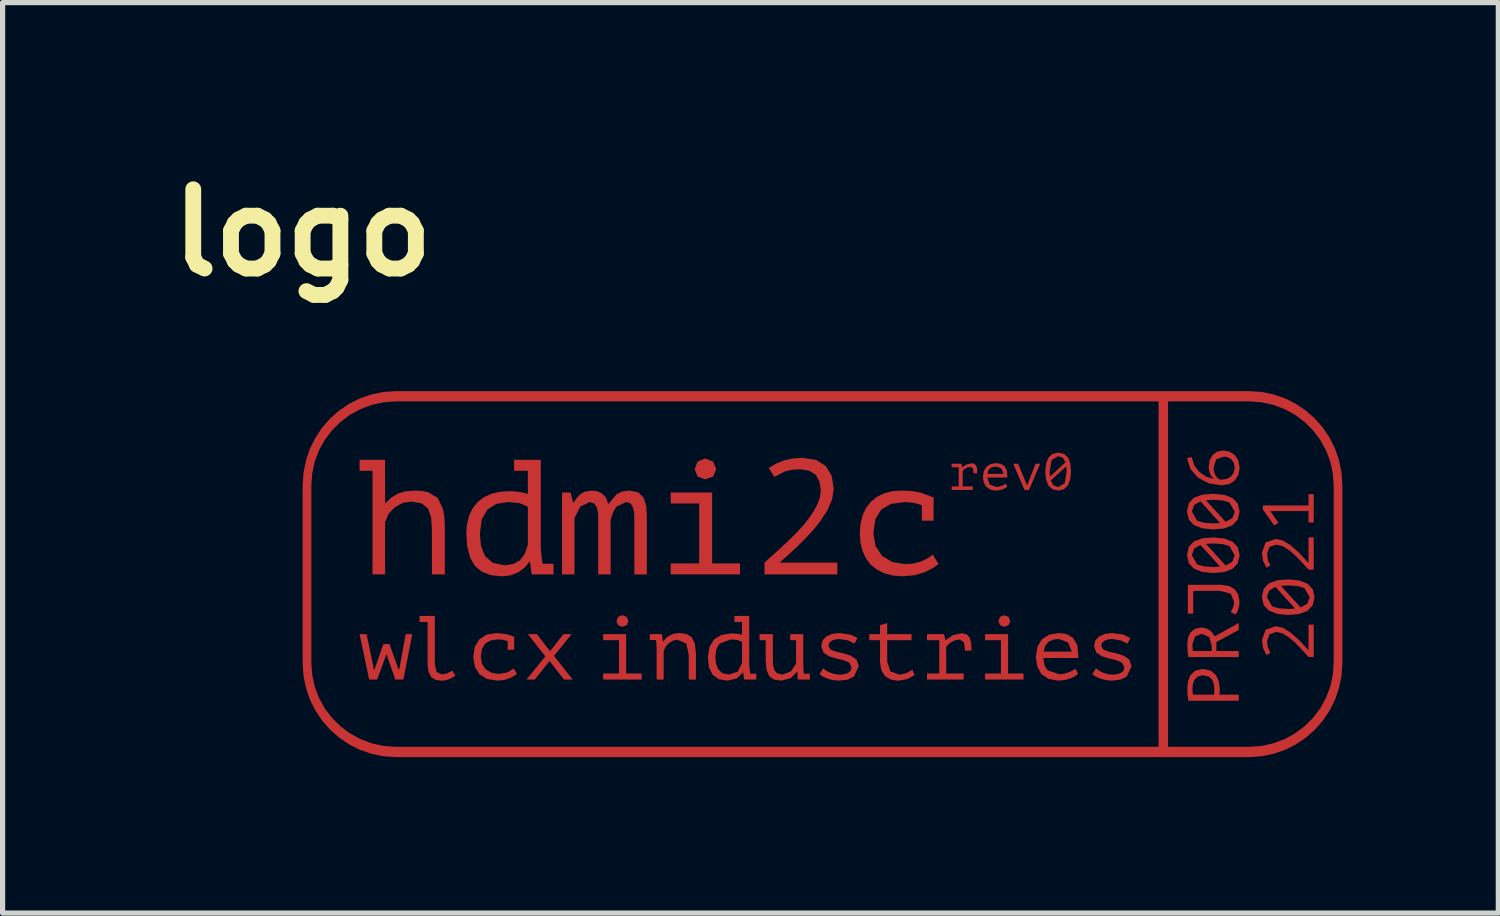
<source format=kicad_pcb>
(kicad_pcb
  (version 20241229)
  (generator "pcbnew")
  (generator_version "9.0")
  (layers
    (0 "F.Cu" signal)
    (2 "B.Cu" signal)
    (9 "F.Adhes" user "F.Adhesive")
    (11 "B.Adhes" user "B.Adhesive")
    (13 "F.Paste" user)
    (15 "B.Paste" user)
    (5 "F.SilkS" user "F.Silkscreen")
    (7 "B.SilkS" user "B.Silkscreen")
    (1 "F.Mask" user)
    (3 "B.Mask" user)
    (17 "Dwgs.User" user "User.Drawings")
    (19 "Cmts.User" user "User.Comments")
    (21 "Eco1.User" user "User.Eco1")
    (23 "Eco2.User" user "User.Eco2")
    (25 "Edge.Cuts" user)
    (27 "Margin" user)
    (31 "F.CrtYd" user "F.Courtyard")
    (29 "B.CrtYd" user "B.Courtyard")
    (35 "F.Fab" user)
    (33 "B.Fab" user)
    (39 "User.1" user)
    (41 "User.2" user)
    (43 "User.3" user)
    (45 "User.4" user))
  (footprint "logo"
    (layer "F.Cu")
    (at 2.772 4.474)
    (property "Reference" "logo" (at 0 -3.048 0) (layer "F.SilkS") (effects (font (size 1.524 1.524) (thickness 0.305))))
    (attr exclude_from_pos_files exclude_from_bom)
    (fp_poly (pts (xy 16.464 0.099) (xy 16.464 6.941) (xy 16.647 6.941) (xy 16.647 0.099) (xy 16.464 0.099)) (stroke (width 0) (type solid)) (fill yes) (layer "F.Cu"))
    (fp_poly (pts (xy 13.93 1.803) (xy 13.94 1.803) (xy 14.099 1.397) (xy 14.186 1.397) (xy 13.974 1.901) (xy 13.886 1.901) (xy 13.669 1.397) (xy 13.762 1.397) (xy 13.93 1.803)) (stroke (width 0) (type solid)) (fill yes) (layer "F.Cu"))
    (fp_poly (pts (xy 19.349 2.526) (xy 19.349 2.307) (xy 18.613 2.307) (xy 18.769 2.53) (xy 18.69 2.585) (xy 18.47 2.277) (xy 18.47 2.199) (xy 19.349 2.199) (xy 19.349 1.983) (xy 19.449 1.983) (xy 19.449 2.526) (xy 19.349 2.526)) (stroke (width 0) (type solid)) (fill yes) (layer "F.Cu"))
    (fp_poly (pts (xy 4.668 5.101) (xy 4.331 4.674) (xy 4.506 4.674) (xy 4.758 5.003) (xy 5.017 4.674) (xy 5.174 4.674) (xy 4.836 5.094) (xy 5.195 5.548) (xy 5.027 5.548) (xy 4.749 5.19) (xy 4.466 5.548) (xy 4.306 5.548) (xy 4.668 5.101)) (stroke (width 0) (type solid)) (fill yes) (layer "F.Cu"))
    (fp_poly (pts (xy 1.67 4.866) (xy 1.845 5.352) (xy 1.858 5.352) (xy 1.982 4.674) (xy 2.109 4.674) (xy 1.938 5.548) (xy 1.782 5.548) (xy 1.614 5.066) (xy 1.609 5.066) (xy 1.434 5.548) (xy 1.279 5.548) (xy 1.095 4.674) (xy 1.23 4.674) (xy 1.371 5.356) (xy 1.382 5.356) (xy 1.552 4.866) (xy 1.67 4.866)) (stroke (width 0) (type solid)) (fill yes) (layer "F.Cu"))
    (fp_poly (pts (xy 2.249 4.324) (xy 2.542 4.324) (xy 2.542 5.255) (xy 2.578 5.405) (xy 2.683 5.449) (xy 2.783 5.429) (xy 2.876 5.375) (xy 2.939 5.468) (xy 2.877 5.512) (xy 2.809 5.543) (xy 2.739 5.564) (xy 2.674 5.571) (xy 2.557 5.554) (xy 2.473 5.501) (xy 2.421 5.403) (xy 2.403 5.255) (xy 2.403 4.441) (xy 2.249 4.441) (xy 2.249 4.324)) (stroke (width 0) (type solid)) (fill yes) (layer "F.Cu"))
    (fp_poly (pts (xy 5.781 5.548) (xy 5.781 5.431) (xy 6.085 5.431) (xy 6.085 4.791) (xy 5.781 4.791) (xy 5.781 4.674) (xy 6.036 4.425) (xy 6.068 4.343) (xy 6.148 4.31) (xy 6.234 4.343) (xy 6.267 4.425) (xy 6.234 4.502) (xy 6.148 4.534) (xy 6.068 4.502) (xy 6.036 4.425) (xy 5.781 4.674) (xy 6.223 4.674) (xy 6.223 5.431) (xy 6.521 5.431) (xy 6.521 5.548) (xy 5.781 5.548)) (stroke (width 0) (type solid)) (fill yes) (layer "F.Cu"))
    (fp_poly (pts (xy 7.08 3.525) (xy 7.08 3.314) (xy 7.628 3.314) (xy 7.628 2.161) (xy 7.08 2.161) (xy 7.08 1.95) (xy 7.54 1.503) (xy 7.597 1.355) (xy 7.741 1.295) (xy 7.896 1.355) (xy 7.955 1.503) (xy 7.896 1.642) (xy 7.741 1.698) (xy 7.597 1.642) (xy 7.54 1.503) (xy 7.08 1.95) (xy 7.877 1.95) (xy 7.877 3.314) (xy 8.412 3.314) (xy 8.412 3.525) (xy 7.08 3.525)) (stroke (width 0) (type solid)) (fill yes) (layer "F.Cu"))
    (fp_poly (pts (xy 13.127 5.548) (xy 13.127 5.431) (xy 13.432 5.431) (xy 13.432 4.791) (xy 13.127 4.791) (xy 13.127 4.674) (xy 13.383 4.425) (xy 13.414 4.343) (xy 13.495 4.31) (xy 13.58 4.343) (xy 13.613 4.425) (xy 13.58 4.502) (xy 13.495 4.534) (xy 13.414 4.502) (xy 13.383 4.425) (xy 13.127 4.674) (xy 13.57 4.674) (xy 13.57 5.431) (xy 13.867 5.431) (xy 13.867 5.548) (xy 13.127 5.548)) (stroke (width 0) (type solid)) (fill yes) (layer "F.Cu"))
    (fp_poly (pts (xy 17.028 4.28) (xy 17.028 3.726) (xy 17.66 3.726) (xy 17.816 3.747) (xy 17.929 3.81) (xy 17.998 3.913) (xy 18.021 4.052) (xy 18.014 4.132) (xy 17.995 4.205) (xy 17.969 4.262) (xy 17.943 4.298) (xy 17.851 4.248) (xy 17.872 4.213) (xy 17.893 4.172) (xy 17.911 4.119) (xy 17.918 4.055) (xy 17.852 3.895) (xy 17.639 3.842) (xy 17.131 3.842) (xy 17.131 4.28) (xy 17.028 4.28)) (stroke (width 0) (type solid)) (fill yes) (layer "F.Cu"))
    (fp_poly (pts (xy 10.899 4.674) (xy 11.107 4.674) (xy 11.107 4.501) (xy 11.245 4.462) (xy 11.245 4.674) (xy 11.712 4.674) (xy 11.712 4.791) (xy 11.245 4.791) (xy 11.245 5.204) (xy 11.306 5.393) (xy 11.485 5.454) (xy 11.621 5.424) (xy 11.726 5.359) (xy 11.772 5.463) (xy 11.626 5.541) (xy 11.452 5.571) (xy 11.32 5.55) (xy 11.21 5.489) (xy 11.135 5.38) (xy 11.107 5.225) (xy 11.107 4.791) (xy 10.899 4.791) (xy 10.899 4.674)) (stroke (width 0) (type solid)) (fill yes) (layer "F.Cu"))
    (fp_poly (pts (xy 18.718 2.843) (xy 18.854 2.873) (xy 19.004 2.964) (xy 19.169 3.111) (xy 19.349 3.306) (xy 19.349 2.812) (xy 19.449 2.812) (xy 19.449 3.434) (xy 19.349 3.434) (xy 19.283 3.362) (xy 19.192 3.262) (xy 19.086 3.153) (xy 18.968 3.054) (xy 18.848 2.981) (xy 18.732 2.953) (xy 18.599 2.996) (xy 18.551 3.129) (xy 18.568 3.257) (xy 18.617 3.35) (xy 18.54 3.398) (xy 18.474 3.264) (xy 18.453 3.108) (xy 18.524 2.91) (xy 18.718 2.843)) (stroke (width 0) (type solid)) (fill yes) (layer "F.Cu"))
    (fp_poly (pts (xy 18.718 4.522) (xy 18.854 4.552) (xy 19.004 4.643) (xy 19.169 4.79) (xy 19.349 4.985) (xy 19.349 4.491) (xy 19.449 4.491) (xy 19.449 5.114) (xy 19.349 5.114) (xy 19.283 5.041) (xy 19.192 4.942) (xy 19.086 4.832) (xy 18.968 4.733) (xy 18.848 4.66) (xy 18.732 4.632) (xy 18.599 4.676) (xy 18.551 4.809) (xy 18.568 4.936) (xy 18.617 5.03) (xy 18.54 5.077) (xy 18.474 4.943) (xy 18.453 4.788) (xy 18.524 4.589) (xy 18.718 4.522)) (stroke (width 0) (type solid)) (fill yes) (layer "F.Cu"))
    (fp_poly (pts (xy 12.01 5.548) (xy 12.01 5.431) (xy 12.246 5.431) (xy 12.246 4.791) (xy 12.01 4.791) (xy 12.01 4.674) (xy 12.337 4.674) (xy 12.365 4.787) (xy 12.373 4.787) (xy 12.506 4.695) (xy 12.681 4.656) (xy 12.776 4.679) (xy 12.833 4.746) (xy 12.86 4.85) (xy 12.867 4.992) (xy 12.744 4.994) (xy 12.721 4.831) (xy 12.643 4.779) (xy 12.545 4.794) (xy 12.47 4.833) (xy 12.414 4.878) (xy 12.38 4.917) (xy 12.38 5.431) (xy 12.716 5.431) (xy 12.716 5.548) (xy 12.01 5.548)) (stroke (width 0) (type solid)) (fill yes) (layer "F.Cu"))
    (fp_poly (pts (xy 12.484 1.901) (xy 12.484 1.833) (xy 12.62 1.833) (xy 12.62 1.464) (xy 12.484 1.464) (xy 12.484 1.397) (xy 12.672 1.397) (xy 12.688 1.462) (xy 12.693 1.462) (xy 12.77 1.409) (xy 12.87 1.387) (xy 12.925 1.4) (xy 12.958 1.438) (xy 12.973 1.499) (xy 12.977 1.58) (xy 12.907 1.581) (xy 12.894 1.487) (xy 12.848 1.457) (xy 12.792 1.466) (xy 12.749 1.488) (xy 12.716 1.515) (xy 12.697 1.537) (xy 12.697 1.833) (xy 12.891 1.833) (xy 12.891 1.901) (xy 12.484 1.901)) (stroke (width 0) (type solid)) (fill yes) (layer "F.Cu"))
    (fp_poly (pts (xy 6.809 5.548) (xy 6.809 4.94) (xy 6.806 4.885) (xy 6.802 4.833) (xy 6.795 4.787) (xy 6.678 4.787) (xy 6.678 4.674) (xy 6.912 4.674) (xy 6.928 4.815) (xy 6.937 4.815) (xy 6.984 4.756) (xy 7.051 4.704) (xy 7.136 4.667) (xy 7.236 4.653) (xy 7.38 4.67) (xy 7.481 4.732) (xy 7.544 4.852) (xy 7.565 5.046) (xy 7.565 5.548) (xy 7.427 5.548) (xy 7.427 5.074) (xy 7.38 4.856) (xy 7.208 4.782) (xy 7.121 4.8) (xy 7.044 4.849) (xy 6.982 4.917) (xy 6.944 5.001) (xy 6.944 5.548) (xy 6.809 5.548)) (stroke (width 0) (type solid)) (fill yes) (layer "F.Cu"))
    (fp_poly (pts (xy 9.379 4.674) (xy 9.629 4.674) (xy 9.629 5.27) (xy 9.639 5.435) (xy 9.757 5.435) (xy 9.757 5.548) (xy 9.522 5.548) (xy 9.517 5.4) (xy 9.51 5.4) (xy 9.389 5.522) (xy 9.209 5.569) (xy 9.071 5.55) (xy 8.978 5.487) (xy 8.924 5.365) (xy 8.907 5.176) (xy 8.907 4.791) (xy 8.789 4.791) (xy 8.789 4.674) (xy 9.045 4.674) (xy 9.045 5.148) (xy 9.05 5.275) (xy 9.076 5.372) (xy 9.132 5.431) (xy 9.232 5.452) (xy 9.389 5.393) (xy 9.491 5.244) (xy 9.491 4.791) (xy 9.379 4.791) (xy 9.379 4.674)) (stroke (width 0) (type solid)) (fill yes) (layer "F.Cu"))
    (fp_poly (pts (xy 1.095 1.321) (xy 1.586 1.321) (xy 1.586 2.146) (xy 1.602 2.146) (xy 1.708 2.047) (xy 1.829 1.972) (xy 1.973 1.928) (xy 2.15 1.913) (xy 2.291 1.92) (xy 2.414 1.944) (xy 2.597 2.054) (xy 2.701 2.268) (xy 2.726 2.424) (xy 2.735 2.618) (xy 2.735 3.525) (xy 2.487 3.525) (xy 2.487 2.665) (xy 2.471 2.429) (xy 2.411 2.259) (xy 2.285 2.158) (xy 2.084 2.124) (xy 1.92 2.152) (xy 1.769 2.237) (xy 1.652 2.36) (xy 1.586 2.523) (xy 1.586 3.525) (xy 1.344 3.525) (xy 1.344 1.532) (xy 1.095 1.532) (xy 1.095 1.321)) (stroke (width 0) (type solid)) (fill yes) (layer "F.Cu"))
    (fp_poly (pts (xy 17.038 5.116) (xy 17.117 4.864) (xy 17.117 4.901) (xy 17.119 4.939) (xy 17.122 4.973) (xy 17.126 4.999) (xy 17.487 4.999) (xy 17.487 4.89) (xy 17.439 4.731) (xy 17.291 4.668) (xy 17.166 4.72) (xy 17.117 4.864) (xy 17.038 5.116) (xy 17.022 4.994) (xy 17.017 4.867) (xy 17.031 4.745) (xy 17.077 4.643) (xy 17.161 4.573) (xy 17.287 4.546) (xy 17.387 4.564) (xy 17.463 4.61) (xy 17.515 4.668) (xy 17.543 4.718) (xy 18.007 4.459) (xy 18.007 4.595) (xy 17.576 4.826) (xy 17.576 4.999) (xy 18.007 4.999) (xy 18.007 5.116) (xy 17.038 5.116)) (stroke (width 0) (type solid)) (fill yes) (layer "F.Cu"))
    (fp_poly (pts (xy 3.944 4.808) (xy 3.859 4.784) (xy 3.766 4.775) (xy 3.617 4.795) (xy 3.511 4.856) (xy 3.448 4.96) (xy 3.427 5.111) (xy 3.451 5.249) (xy 3.521 5.352) (xy 3.631 5.417) (xy 3.771 5.44) (xy 3.932 5.412) (xy 4.062 5.337) (xy 4.123 5.438) (xy 4.062 5.482) (xy 3.978 5.524) (xy 3.871 5.557) (xy 3.743 5.569) (xy 3.544 5.536) (xy 3.399 5.445) (xy 3.311 5.3) (xy 3.281 5.111) (xy 3.313 4.915) (xy 3.4 4.772) (xy 3.54 4.683) (xy 3.724 4.653) (xy 3.936 4.676) (xy 4.072 4.726) (xy 4.07 4.732) (xy 4.07 4.975) (xy 3.944 4.975) (xy 3.944 4.808)) (stroke (width 0) (type solid)) (fill yes) (layer "F.Cu"))
    (fp_poly (pts (xy 13.555 1.837) (xy 13.512 1.867) (xy 13.458 1.891) (xy 13.397 1.907) (xy 13.333 1.913) (xy 13.226 1.893) (xy 13.149 1.841) (xy 13.172 1.591) (xy 13.484 1.591) (xy 13.442 1.488) (xy 13.342 1.451) (xy 13.279 1.458) (xy 13.227 1.481) (xy 13.19 1.525) (xy 13.172 1.591) (xy 13.149 1.841) (xy 13.101 1.757) (xy 13.085 1.649) (xy 13.103 1.536) (xy 13.154 1.453) (xy 13.234 1.402) (xy 13.34 1.385) (xy 13.424 1.396) (xy 13.496 1.437) (xy 13.545 1.522) (xy 13.558 1.662) (xy 13.169 1.662) (xy 13.217 1.798) (xy 13.348 1.842) (xy 13.401 1.835) (xy 13.452 1.82) (xy 13.495 1.8) (xy 13.523 1.78) (xy 13.555 1.837)) (stroke (width 0) (type solid)) (fill yes) (layer "F.Cu"))
    (fp_poly (pts (xy 14.286 1.548) (xy 14.391 1.719) (xy 14.442 1.811) (xy 14.532 1.845) (xy 14.659 1.772) (xy 14.696 1.548) (xy 14.69 1.446) (xy 14.391 1.719) (xy 14.286 1.548) (xy 14.301 1.395) (xy 14.37 1.548) (xy 14.372 1.596) (xy 14.375 1.642) (xy 14.675 1.37) (xy 14.625 1.283) (xy 14.533 1.251) (xy 14.406 1.324) (xy 14.37 1.548) (xy 14.301 1.395) (xy 14.346 1.279) (xy 14.423 1.207) (xy 14.534 1.183) (xy 14.648 1.207) (xy 14.724 1.278) (xy 14.767 1.393) (xy 14.78 1.548) (xy 14.765 1.701) (xy 14.719 1.816) (xy 14.643 1.887) (xy 14.533 1.913) (xy 14.419 1.885) (xy 14.342 1.811) (xy 14.299 1.696) (xy 14.286 1.548)) (stroke (width 0) (type solid)) (fill yes) (layer "F.Cu"))
    (fp_poly (pts (xy 14.918 5.438) (xy 14.845 5.491) (xy 14.75 5.533) (xy 14.645 5.559) (xy 14.534 5.569) (xy 14.348 5.536) (xy 14.213 5.445) (xy 14.254 5.011) (xy 14.796 5.011) (xy 14.722 4.833) (xy 14.549 4.768) (xy 14.441 4.78) (xy 14.35 4.821) (xy 14.285 4.896) (xy 14.254 5.011) (xy 14.213 5.445) (xy 14.131 5.3) (xy 14.103 5.111) (xy 14.135 4.915) (xy 14.222 4.772) (xy 14.362 4.683) (xy 14.546 4.653) (xy 14.691 4.672) (xy 14.817 4.744) (xy 14.903 4.891) (xy 14.924 5.134) (xy 14.248 5.134) (xy 14.269 5.272) (xy 14.332 5.37) (xy 14.56 5.447) (xy 14.652 5.435) (xy 14.74 5.408) (xy 14.815 5.373) (xy 14.864 5.338) (xy 14.918 5.438)) (stroke (width 0) (type solid)) (fill yes) (layer "F.Cu"))
    (fp_poly (pts (xy 17.038 5.955) (xy 17.117 5.716) (xy 17.119 5.786) (xy 17.126 5.839) (xy 17.532 5.839) (xy 17.534 5.817) (xy 17.536 5.784) (xy 17.537 5.752) (xy 17.537 5.73) (xy 17.527 5.635) (xy 17.495 5.549) (xy 17.428 5.489) (xy 17.317 5.465) (xy 17.221 5.488) (xy 17.159 5.545) (xy 17.127 5.625) (xy 17.117 5.716) (xy 17.038 5.955) (xy 17.021 5.84) (xy 17.017 5.719) (xy 17.029 5.587) (xy 17.075 5.467) (xy 17.168 5.377) (xy 17.317 5.344) (xy 17.469 5.376) (xy 17.568 5.461) (xy 17.624 5.583) (xy 17.641 5.724) (xy 17.641 5.747) (xy 17.639 5.78) (xy 17.638 5.815) (xy 17.635 5.839) (xy 18.007 5.839) (xy 18.007 5.955) (xy 17.038 5.955)) (stroke (width 0) (type solid)) (fill yes) (layer "F.Cu"))
    (fp_poly (pts (xy 17.518 2.66) (xy 17.755 2.514) (xy 17.883 2.443) (xy 17.93 2.318) (xy 17.828 2.142) (xy 17.699 2.103) (xy 17.518 2.09) (xy 17.376 2.099) (xy 17.755 2.514) (xy 17.518 2.66) (xy 17.305 2.639) (xy 17.518 2.544) (xy 17.585 2.541) (xy 17.648 2.537) (xy 17.27 2.12) (xy 17.149 2.19) (xy 17.105 2.317) (xy 17.207 2.493) (xy 17.336 2.531) (xy 17.518 2.544) (xy 17.305 2.639) (xy 17.144 2.576) (xy 17.045 2.469) (xy 17.011 2.316) (xy 17.045 2.157) (xy 17.142 2.051) (xy 17.302 1.992) (xy 17.518 1.974) (xy 17.73 1.995) (xy 17.89 2.058) (xy 17.989 2.164) (xy 18.024 2.317) (xy 17.986 2.475) (xy 17.883 2.581) (xy 17.723 2.642) (xy 17.518 2.66)) (stroke (width 0) (type solid)) (fill yes) (layer "F.Cu"))
    (fp_poly (pts (xy 17.518 3.499) (xy 17.755 3.354) (xy 17.883 3.282) (xy 17.93 3.158) (xy 17.828 2.982) (xy 17.699 2.943) (xy 17.518 2.93) (xy 17.376 2.938) (xy 17.755 3.354) (xy 17.518 3.499) (xy 17.305 3.478) (xy 17.518 3.383) (xy 17.585 3.38) (xy 17.648 3.376) (xy 17.27 2.959) (xy 17.149 3.029) (xy 17.105 3.157) (xy 17.207 3.333) (xy 17.336 3.371) (xy 17.518 3.383) (xy 17.305 3.478) (xy 17.144 3.415) (xy 17.045 3.309) (xy 17.011 3.155) (xy 17.045 2.997) (xy 17.142 2.891) (xy 17.302 2.832) (xy 17.518 2.814) (xy 17.73 2.835) (xy 17.89 2.898) (xy 17.989 3.004) (xy 18.024 3.157) (xy 17.986 3.315) (xy 17.883 3.421) (xy 17.723 3.481) (xy 17.518 3.499)) (stroke (width 0) (type solid)) (fill yes) (layer "F.Cu"))
    (fp_poly (pts (xy 18.96 4.306) (xy 19.198 4.161) (xy 19.325 4.089) (xy 19.372 3.965) (xy 19.27 3.788) (xy 19.141 3.749) (xy 18.96 3.737) (xy 18.818 3.745) (xy 19.198 4.161) (xy 18.96 4.306) (xy 18.747 4.285) (xy 18.96 4.19) (xy 19.027 4.187) (xy 19.09 4.183) (xy 18.712 3.766) (xy 18.592 3.836) (xy 18.547 3.963) (xy 18.649 4.14) (xy 18.778 4.177) (xy 18.96 4.19) (xy 18.747 4.285) (xy 18.586 4.222) (xy 18.487 4.116) (xy 18.453 3.962) (xy 18.487 3.804) (xy 18.585 3.698) (xy 18.744 3.639) (xy 18.96 3.621) (xy 19.172 3.642) (xy 19.332 3.705) (xy 19.431 3.811) (xy 19.466 3.963) (xy 19.428 4.122) (xy 19.325 4.228) (xy 19.165 4.288) (xy 18.96 4.306)) (stroke (width 0) (type solid)) (fill yes) (layer "F.Cu"))
    (fp_poly (pts (xy 10.216 1.878) (xy 10.186 2.078) (xy 10.094 2.294) (xy 9.942 2.523) (xy 9.824 2.668) (xy 9.687 2.817) (xy 9.533 2.972) (xy 9.362 3.132) (xy 9.174 3.298) (xy 10.285 3.298) (xy 10.285 3.525) (xy 8.884 3.525) (xy 8.884 3.298) (xy 9.048 3.15) (xy 9.156 3.054) (xy 9.272 2.945) (xy 9.392 2.83) (xy 9.517 2.706) (xy 9.635 2.576) (xy 9.741 2.442) (xy 9.832 2.306) (xy 9.904 2.171) (xy 9.951 2.038) (xy 9.967 1.909) (xy 9.942 1.74) (xy 9.87 1.61) (xy 9.745 1.531) (xy 9.571 1.503) (xy 9.414 1.513) (xy 9.284 1.541) (xy 9.073 1.651) (xy 8.966 1.478) (xy 9.113 1.391) (xy 9.268 1.33) (xy 9.434 1.295) (xy 9.618 1.283) (xy 9.877 1.323) (xy 10.065 1.443) (xy 10.178 1.632) (xy 10.216 1.878)) (stroke (width 0) (type solid)) (fill yes) (layer "F.Cu"))
    (fp_poly (pts (xy 5.685 3.525) (xy 5.685 2.476) (xy 5.682 2.347) (xy 5.66 2.24) (xy 5.607 2.161) (xy 5.522 2.133) (xy 5.342 2.221) (xy 5.229 2.442) (xy 5.229 3.525) (xy 4.99 3.525) (xy 4.99 1.95) (xy 5.153 1.95) (xy 5.201 2.142) (xy 5.213 2.142) (xy 5.276 2.051) (xy 5.345 1.979) (xy 5.437 1.931) (xy 5.572 1.913) (xy 5.67 1.928) (xy 5.761 1.969) (xy 5.837 2.051) (xy 5.878 2.174) (xy 6.041 1.982) (xy 6.147 1.93) (xy 6.287 1.913) (xy 6.454 1.947) (xy 6.558 2.048) (xy 6.608 2.199) (xy 6.621 2.401) (xy 6.621 3.525) (xy 6.381 3.525) (xy 6.381 2.454) (xy 6.375 2.328) (xy 6.35 2.227) (xy 6.306 2.158) (xy 6.224 2.133) (xy 6.038 2.221) (xy 5.972 2.328) (xy 5.925 2.473) (xy 5.925 3.525) (xy 5.685 3.525)) (stroke (width 0) (type solid)) (fill yes) (layer "F.Cu"))
    (fp_poly (pts (xy 8.305 4.324) (xy 8.59 4.324) (xy 8.452 5.232) (xy 8.452 4.826) (xy 8.366 4.787) (xy 8.238 4.775) (xy 8.02 4.856) (xy 7.959 4.961) (xy 7.939 5.113) (xy 7.951 5.248) (xy 7.995 5.354) (xy 8.077 5.426) (xy 8.2 5.452) (xy 8.368 5.398) (xy 8.452 5.232) (xy 8.59 4.324) (xy 8.59 5.249) (xy 8.592 5.288) (xy 8.602 5.389) (xy 8.609 5.435) (xy 8.726 5.435) (xy 8.726 5.548) (xy 8.492 5.548) (xy 8.474 5.414) (xy 8.467 5.414) (xy 8.354 5.524) (xy 8.177 5.569) (xy 8.006 5.542) (xy 7.887 5.459) (xy 7.817 5.316) (xy 7.794 5.113) (xy 7.826 4.917) (xy 7.915 4.775) (xy 8.056 4.69) (xy 8.238 4.66) (xy 8.305 4.662) (xy 8.357 4.667) (xy 8.405 4.676) (xy 8.452 4.69) (xy 8.452 4.441) (xy 8.305 4.441) (xy 8.305 4.324)) (stroke (width 0) (type solid)) (fill yes) (layer "F.Cu"))
    (fp_poly (pts (xy 10.559 5.312) (xy 10.516 5.225) (xy 10.407 5.176) (xy 10.267 5.143) (xy 10.127 5.101) (xy 10.019 5.029) (xy 9.975 4.905) (xy 10.003 4.791) (xy 10.08 4.714) (xy 10.19 4.669) (xy 10.322 4.653) (xy 10.533 4.683) (xy 10.673 4.747) (xy 10.617 4.857) (xy 10.493 4.796) (xy 10.325 4.768) (xy 10.248 4.775) (xy 10.18 4.8) (xy 10.131 4.84) (xy 10.113 4.903) (xy 10.157 4.973) (xy 10.266 5.013) (xy 10.406 5.045) (xy 10.545 5.088) (xy 10.654 5.164) (xy 10.698 5.291) (xy 10.603 5.491) (xy 10.483 5.55) (xy 10.316 5.569) (xy 10.203 5.559) (xy 10.098 5.531) (xy 10.008 5.491) (xy 9.942 5.447) (xy 10.012 5.333) (xy 10.068 5.375) (xy 10.145 5.415) (xy 10.234 5.443) (xy 10.33 5.454) (xy 10.42 5.445) (xy 10.491 5.421) (xy 10.542 5.377) (xy 10.559 5.312)) (stroke (width 0) (type solid)) (fill yes) (layer "F.Cu"))
    (fp_poly (pts (xy 15.807 5.312) (xy 15.763 5.225) (xy 15.655 5.176) (xy 15.515 5.143) (xy 15.375 5.101) (xy 15.266 5.029) (xy 15.223 4.905) (xy 15.251 4.791) (xy 15.328 4.714) (xy 15.438 4.669) (xy 15.569 4.653) (xy 15.781 4.683) (xy 15.921 4.747) (xy 15.865 4.857) (xy 15.74 4.796) (xy 15.573 4.768) (xy 15.496 4.775) (xy 15.427 4.8) (xy 15.378 4.84) (xy 15.361 4.903) (xy 15.405 4.973) (xy 15.513 5.013) (xy 15.653 5.045) (xy 15.793 5.088) (xy 15.901 5.164) (xy 15.945 5.291) (xy 15.851 5.491) (xy 15.731 5.55) (xy 15.564 5.569) (xy 15.45 5.559) (xy 15.345 5.531) (xy 15.256 5.491) (xy 15.189 5.447) (xy 15.259 5.333) (xy 15.315 5.375) (xy 15.392 5.415) (xy 15.482 5.443) (xy 15.578 5.454) (xy 15.667 5.445) (xy 15.739 5.421) (xy 15.789 5.377) (xy 15.807 5.312)) (stroke (width 0) (type solid)) (fill yes) (layer "F.Cu"))
    (fp_poly (pts (xy 11.91 2.193) (xy 11.756 2.149) (xy 11.589 2.133) (xy 11.32 2.169) (xy 11.129 2.278) (xy 11.016 2.466) (xy 10.978 2.737) (xy 11.022 2.986) (xy 11.148 3.172) (xy 11.346 3.288) (xy 11.598 3.329) (xy 11.744 3.317) (xy 11.888 3.279) (xy 12.015 3.22) (xy 12.121 3.144) (xy 12.231 3.326) (xy 12.121 3.405) (xy 11.97 3.481) (xy 11.778 3.54) (xy 11.548 3.562) (xy 11.357 3.548) (xy 11.189 3.503) (xy 11.045 3.433) (xy 10.928 3.339) (xy 10.836 3.218) (xy 10.77 3.078) (xy 10.73 2.915) (xy 10.717 2.737) (xy 10.731 2.551) (xy 10.773 2.385) (xy 10.839 2.243) (xy 10.931 2.127) (xy 11.046 2.035) (xy 11.183 1.966) (xy 11.339 1.926) (xy 11.513 1.913) (xy 11.725 1.922) (xy 11.894 1.954) (xy 12.14 2.045) (xy 12.137 2.054) (xy 12.137 2.492) (xy 11.91 2.492) (xy 11.91 2.193)) (stroke (width 0) (type solid)) (fill yes) (layer "F.Cu"))
    (fp_poly (pts (xy 17.712 1.142) (xy 17.723 1.258) (xy 17.573 1.312) (xy 17.522 1.479) (xy 17.532 1.554) (xy 17.557 1.617) (xy 17.594 1.666) (xy 17.636 1.698) (xy 17.667 1.701) (xy 17.694 1.701) (xy 17.778 1.687) (xy 17.855 1.645) (xy 17.909 1.573) (xy 17.93 1.472) (xy 17.914 1.385) (xy 17.869 1.316) (xy 17.803 1.273) (xy 17.723 1.258) (xy 17.712 1.142) (xy 17.828 1.164) (xy 17.928 1.227) (xy 17.997 1.33) (xy 18.024 1.473) (xy 18 1.612) (xy 17.932 1.718) (xy 17.824 1.787) (xy 17.68 1.812) (xy 17.431 1.773) (xy 17.224 1.665) (xy 17.078 1.5) (xy 17.011 1.288) (xy 17.101 1.269) (xy 17.152 1.43) (xy 17.253 1.559) (xy 17.386 1.647) (xy 17.534 1.691) (xy 17.497 1.658) (xy 17.462 1.607) (xy 17.438 1.539) (xy 17.428 1.459) (xy 17.448 1.326) (xy 17.505 1.225) (xy 17.594 1.163) (xy 17.712 1.142)) (stroke (width 0) (type solid)) (fill yes) (layer "F.Cu"))
    (fp_poly (pts (xy 4.067 1.321) (xy 4.58 1.321) (xy 4.332 2.955) (xy 4.332 2.224) (xy 4.177 2.155) (xy 3.947 2.133) (xy 3.724 2.169) (xy 3.554 2.278) (xy 3.445 2.467) (xy 3.409 2.741) (xy 3.431 2.983) (xy 3.51 3.175) (xy 3.658 3.304) (xy 3.878 3.351) (xy 4.051 3.326) (xy 4.18 3.254) (xy 4.273 3.128) (xy 4.332 2.955) (xy 4.58 1.321) (xy 4.58 2.986) (xy 4.583 3.055) (xy 4.602 3.238) (xy 4.615 3.32) (xy 4.826 3.32) (xy 4.826 3.525) (xy 4.404 3.525) (xy 4.373 3.282) (xy 4.36 3.282) (xy 4.274 3.391) (xy 4.155 3.481) (xy 4.007 3.542) (xy 3.837 3.562) (xy 3.622 3.54) (xy 3.448 3.474) (xy 3.315 3.364) (xy 3.222 3.205) (xy 3.167 2.997) (xy 3.148 2.741) (xy 3.162 2.554) (xy 3.204 2.388) (xy 3.273 2.249) (xy 3.365 2.133) (xy 3.482 2.044) (xy 3.62 1.979) (xy 3.776 1.939) (xy 3.947 1.925) (xy 4.067 1.928) (xy 4.162 1.938) (xy 4.247 1.954) (xy 4.332 1.979) (xy 4.332 1.532) (xy 4.067 1.532) (xy 4.067 1.321)) (stroke (width 0) (type solid)) (fill yes) (layer "F.Cu"))
    (fp_poly (pts (xy 1.794 0.000012) (xy 1.794 0.197) (xy 18.206 0.197) (xy 18.448 0.215) (xy 18.678 0.266) (xy 18.895 0.349) (xy 19.095 0.459) (xy 19.276 0.596) (xy 19.436 0.755) (xy 19.573 0.936) (xy 19.683 1.134) (xy 19.765 1.347) (xy 19.815 1.573) (xy 19.833 1.809) (xy 19.833 5.23) (xy 19.815 5.467) (xy 19.765 5.693) (xy 19.683 5.906) (xy 19.573 6.104) (xy 19.436 6.284) (xy 19.276 6.444) (xy 19.095 6.58) (xy 18.895 6.691) (xy 18.678 6.773) (xy 18.448 6.825) (xy 18.206 6.842) (xy 1.794 6.842) (xy 1.552 6.825) (xy 1.322 6.773) (xy 1.105 6.691) (xy 0.905 6.58) (xy 0.724 6.444) (xy 0.564 6.284) (xy 0.427 6.104) (xy 0.317 5.906) (xy 0.235 5.693) (xy 0.185 5.467) (xy 0.167 5.23) (xy 0.167 1.809) (xy 0.185 1.573) (xy 0.235 1.347) (xy 0.317 1.134) (xy 0.427 0.936) (xy 0.564 0.755) (xy 0.724 0.596) (xy 0.905 0.459) (xy 1.105 0.349) (xy 1.322 0.266) (xy 1.552 0.215) (xy 1.794 0.197) (xy 1.794 0.000012) (xy 1.552 0.016) (xy 1.32 0.064) (xy 1.099 0.141) (xy 0.892 0.245) (xy 0.701 0.375) (xy 0.529 0.527) (xy 0.376 0.7) (xy 0.247 0.893) (xy 0.142 1.102) (xy 0.065 1.326) (xy 0.017 1.562) (xy -0.000001 1.809) (xy -0.000001 5.23) (xy 0.017 5.478) (xy 0.065 5.714) (xy 0.142 5.938) (xy 0.247 6.147) (xy 0.376 6.339) (xy 0.529 6.513) (xy 0.701 6.665) (xy 0.892 6.794) (xy 1.099 6.899) (xy 1.32 6.976) (xy 1.552 7.023) (xy 1.794 7.04) (xy 18.206 7.04) (xy 18.447 7.023) (xy 18.68 6.976) (xy 18.901 6.899) (xy 19.108 6.794) (xy 19.299 6.665) (xy 19.471 6.513) (xy 19.624 6.339) (xy 19.753 6.147) (xy 19.858 5.938) (xy 19.935 5.714) (xy 19.983 5.478) (xy 20 5.23) (xy 20 1.809) (xy 19.983 1.562) (xy 19.935 1.326) (xy 19.858 1.102) (xy 19.753 0.893) (xy 19.624 0.7) (xy 19.471 0.527) (xy 19.299 0.375) (xy 19.108 0.245) (xy 18.901 0.141) (xy 18.68 0.064) (xy 18.447 0.016) (xy 18.206 0.000012) (xy 1.794 0.000012)) (stroke (width 0) (type solid)) (fill yes) (layer "F.Cu"))
    (fp_poly (pts (xy 16.464 0.099) (xy 16.464 6.941) (xy 16.647 6.941) (xy 16.647 0.099) (xy 16.464 0.099)) (stroke (width 0) (type solid)) (fill yes) (layer "F.Mask"))
    (fp_poly (pts (xy 13.93 1.803) (xy 13.94 1.803) (xy 14.099 1.397) (xy 14.186 1.397) (xy 13.974 1.901) (xy 13.886 1.901) (xy 13.669 1.397) (xy 13.762 1.397) (xy 13.93 1.803)) (stroke (width 0) (type solid)) (fill yes) (layer "F.Mask"))
    (fp_poly (pts (xy 19.349 2.526) (xy 19.349 2.307) (xy 18.613 2.307) (xy 18.769 2.53) (xy 18.69 2.585) (xy 18.47 2.277) (xy 18.47 2.199) (xy 19.349 2.199) (xy 19.349 1.983) (xy 19.449 1.983) (xy 19.449 2.526) (xy 19.349 2.526)) (stroke (width 0) (type solid)) (fill yes) (layer "F.Mask"))
    (fp_poly (pts (xy 4.668 5.101) (xy 4.331 4.674) (xy 4.506 4.674) (xy 4.758 5.003) (xy 5.017 4.674) (xy 5.174 4.674) (xy 4.836 5.094) (xy 5.195 5.548) (xy 5.027 5.548) (xy 4.749 5.19) (xy 4.466 5.548) (xy 4.306 5.548) (xy 4.668 5.101)) (stroke (width 0) (type solid)) (fill yes) (layer "F.Mask"))
    (fp_poly (pts (xy 1.67 4.866) (xy 1.845 5.352) (xy 1.858 5.352) (xy 1.982 4.674) (xy 2.109 4.674) (xy 1.938 5.548) (xy 1.782 5.548) (xy 1.614 5.066) (xy 1.609 5.066) (xy 1.434 5.548) (xy 1.279 5.548) (xy 1.095 4.674) (xy 1.23 4.674) (xy 1.371 5.356) (xy 1.382 5.356) (xy 1.552 4.866) (xy 1.67 4.866)) (stroke (width 0) (type solid)) (fill yes) (layer "F.Mask"))
    (fp_poly (pts (xy 2.249 4.324) (xy 2.542 4.324) (xy 2.542 5.255) (xy 2.578 5.405) (xy 2.683 5.449) (xy 2.783 5.429) (xy 2.876 5.375) (xy 2.939 5.468) (xy 2.877 5.512) (xy 2.809 5.543) (xy 2.739 5.564) (xy 2.674 5.571) (xy 2.557 5.554) (xy 2.473 5.501) (xy 2.421 5.403) (xy 2.403 5.255) (xy 2.403 4.441) (xy 2.249 4.441) (xy 2.249 4.324)) (stroke (width 0) (type solid)) (fill yes) (layer "F.Mask"))
    (fp_poly (pts (xy 5.781 5.548) (xy 5.781 5.431) (xy 6.085 5.431) (xy 6.085 4.791) (xy 5.781 4.791) (xy 5.781 4.674) (xy 6.036 4.425) (xy 6.068 4.343) (xy 6.148 4.31) (xy 6.234 4.343) (xy 6.267 4.425) (xy 6.234 4.502) (xy 6.148 4.534) (xy 6.068 4.502) (xy 6.036 4.425) (xy 5.781 4.674) (xy 6.223 4.674) (xy 6.223 5.431) (xy 6.521 5.431) (xy 6.521 5.548) (xy 5.781 5.548)) (stroke (width 0) (type solid)) (fill yes) (layer "F.Mask"))
    (fp_poly (pts (xy 7.08 3.525) (xy 7.08 3.314) (xy 7.628 3.314) (xy 7.628 2.161) (xy 7.08 2.161) (xy 7.08 1.95) (xy 7.54 1.503) (xy 7.597 1.355) (xy 7.741 1.295) (xy 7.896 1.355) (xy 7.955 1.503) (xy 7.896 1.642) (xy 7.741 1.698) (xy 7.597 1.642) (xy 7.54 1.503) (xy 7.08 1.95) (xy 7.877 1.95) (xy 7.877 3.314) (xy 8.412 3.314) (xy 8.412 3.525) (xy 7.08 3.525)) (stroke (width 0) (type solid)) (fill yes) (layer "F.Mask"))
    (fp_poly (pts (xy 13.127 5.548) (xy 13.127 5.431) (xy 13.432 5.431) (xy 13.432 4.791) (xy 13.127 4.791) (xy 13.127 4.674) (xy 13.383 4.425) (xy 13.414 4.343) (xy 13.495 4.31) (xy 13.58 4.343) (xy 13.613 4.425) (xy 13.58 4.502) (xy 13.495 4.534) (xy 13.414 4.502) (xy 13.383 4.425) (xy 13.127 4.674) (xy 13.57 4.674) (xy 13.57 5.431) (xy 13.867 5.431) (xy 13.867 5.548) (xy 13.127 5.548)) (stroke (width 0) (type solid)) (fill yes) (layer "F.Mask"))
    (fp_poly (pts (xy 17.028 4.28) (xy 17.028 3.726) (xy 17.66 3.726) (xy 17.816 3.747) (xy 17.929 3.81) (xy 17.998 3.913) (xy 18.021 4.052) (xy 18.014 4.132) (xy 17.995 4.205) (xy 17.969 4.262) (xy 17.943 4.298) (xy 17.851 4.248) (xy 17.872 4.213) (xy 17.893 4.172) (xy 17.911 4.119) (xy 17.918 4.055) (xy 17.852 3.895) (xy 17.639 3.842) (xy 17.131 3.842) (xy 17.131 4.28) (xy 17.028 4.28)) (stroke (width 0) (type solid)) (fill yes) (layer "F.Mask"))
    (fp_poly (pts (xy 10.899 4.674) (xy 11.107 4.674) (xy 11.107 4.501) (xy 11.245 4.462) (xy 11.245 4.674) (xy 11.712 4.674) (xy 11.712 4.791) (xy 11.245 4.791) (xy 11.245 5.204) (xy 11.306 5.393) (xy 11.485 5.454) (xy 11.621 5.424) (xy 11.726 5.359) (xy 11.772 5.463) (xy 11.626 5.541) (xy 11.452 5.571) (xy 11.32 5.55) (xy 11.21 5.489) (xy 11.135 5.38) (xy 11.107 5.225) (xy 11.107 4.791) (xy 10.899 4.791) (xy 10.899 4.674)) (stroke (width 0) (type solid)) (fill yes) (layer "F.Mask"))
    (fp_poly (pts (xy 18.718 2.843) (xy 18.854 2.873) (xy 19.004 2.964) (xy 19.169 3.111) (xy 19.349 3.306) (xy 19.349 2.812) (xy 19.449 2.812) (xy 19.449 3.434) (xy 19.349 3.434) (xy 19.283 3.362) (xy 19.192 3.262) (xy 19.086 3.153) (xy 18.968 3.054) (xy 18.848 2.981) (xy 18.732 2.953) (xy 18.599 2.996) (xy 18.551 3.129) (xy 18.568 3.257) (xy 18.617 3.35) (xy 18.54 3.398) (xy 18.474 3.264) (xy 18.453 3.108) (xy 18.524 2.91) (xy 18.718 2.843)) (stroke (width 0) (type solid)) (fill yes) (layer "F.Mask"))
    (fp_poly (pts (xy 18.718 4.522) (xy 18.854 4.552) (xy 19.004 4.643) (xy 19.169 4.79) (xy 19.349 4.985) (xy 19.349 4.491) (xy 19.449 4.491) (xy 19.449 5.114) (xy 19.349 5.114) (xy 19.283 5.041) (xy 19.192 4.942) (xy 19.086 4.832) (xy 18.968 4.733) (xy 18.848 4.66) (xy 18.732 4.632) (xy 18.599 4.676) (xy 18.551 4.809) (xy 18.568 4.936) (xy 18.617 5.03) (xy 18.54 5.077) (xy 18.474 4.943) (xy 18.453 4.788) (xy 18.524 4.589) (xy 18.718 4.522)) (stroke (width 0) (type solid)) (fill yes) (layer "F.Mask"))
    (fp_poly (pts (xy 12.01 5.548) (xy 12.01 5.431) (xy 12.246 5.431) (xy 12.246 4.791) (xy 12.01 4.791) (xy 12.01 4.674) (xy 12.337 4.674) (xy 12.365 4.787) (xy 12.373 4.787) (xy 12.506 4.695) (xy 12.681 4.656) (xy 12.776 4.679) (xy 12.833 4.746) (xy 12.86 4.85) (xy 12.867 4.992) (xy 12.744 4.994) (xy 12.721 4.831) (xy 12.643 4.779) (xy 12.545 4.794) (xy 12.47 4.833) (xy 12.414 4.878) (xy 12.38 4.917) (xy 12.38 5.431) (xy 12.716 5.431) (xy 12.716 5.548) (xy 12.01 5.548)) (stroke (width 0) (type solid)) (fill yes) (layer "F.Mask"))
    (fp_poly (pts (xy 12.484 1.901) (xy 12.484 1.833) (xy 12.62 1.833) (xy 12.62 1.464) (xy 12.484 1.464) (xy 12.484 1.397) (xy 12.672 1.397) (xy 12.688 1.462) (xy 12.693 1.462) (xy 12.77 1.409) (xy 12.87 1.387) (xy 12.925 1.4) (xy 12.958 1.438) (xy 12.973 1.499) (xy 12.977 1.58) (xy 12.907 1.581) (xy 12.894 1.487) (xy 12.848 1.457) (xy 12.792 1.466) (xy 12.749 1.488) (xy 12.716 1.515) (xy 12.697 1.537) (xy 12.697 1.833) (xy 12.891 1.833) (xy 12.891 1.901) (xy 12.484 1.901)) (stroke (width 0) (type solid)) (fill yes) (layer "F.Mask"))
    (fp_poly (pts (xy 6.809 5.548) (xy 6.809 4.94) (xy 6.806 4.885) (xy 6.802 4.833) (xy 6.795 4.787) (xy 6.678 4.787) (xy 6.678 4.674) (xy 6.912 4.674) (xy 6.928 4.815) (xy 6.937 4.815) (xy 6.984 4.756) (xy 7.051 4.704) (xy 7.136 4.667) (xy 7.236 4.653) (xy 7.38 4.67) (xy 7.481 4.732) (xy 7.544 4.852) (xy 7.565 5.046) (xy 7.565 5.548) (xy 7.427 5.548) (xy 7.427 5.074) (xy 7.38 4.856) (xy 7.208 4.782) (xy 7.121 4.8) (xy 7.044 4.849) (xy 6.982 4.917) (xy 6.944 5.001) (xy 6.944 5.548) (xy 6.809 5.548)) (stroke (width 0) (type solid)) (fill yes) (layer "F.Mask"))
    (fp_poly (pts (xy 9.379 4.674) (xy 9.629 4.674) (xy 9.629 5.27) (xy 9.639 5.435) (xy 9.757 5.435) (xy 9.757 5.548) (xy 9.522 5.548) (xy 9.517 5.4) (xy 9.51 5.4) (xy 9.389 5.522) (xy 9.209 5.569) (xy 9.071 5.55) (xy 8.978 5.487) (xy 8.924 5.365) (xy 8.907 5.176) (xy 8.907 4.791) (xy 8.789 4.791) (xy 8.789 4.674) (xy 9.045 4.674) (xy 9.045 5.148) (xy 9.05 5.275) (xy 9.076 5.372) (xy 9.132 5.431) (xy 9.232 5.452) (xy 9.389 5.393) (xy 9.491 5.244) (xy 9.491 4.791) (xy 9.379 4.791) (xy 9.379 4.674)) (stroke (width 0) (type solid)) (fill yes) (layer "F.Mask"))
    (fp_poly (pts (xy 1.095 1.321) (xy 1.586 1.321) (xy 1.586 2.146) (xy 1.602 2.146) (xy 1.708 2.047) (xy 1.829 1.972) (xy 1.973 1.928) (xy 2.15 1.913) (xy 2.291 1.92) (xy 2.414 1.944) (xy 2.597 2.054) (xy 2.701 2.268) (xy 2.726 2.424) (xy 2.735 2.618) (xy 2.735 3.525) (xy 2.487 3.525) (xy 2.487 2.665) (xy 2.471 2.429) (xy 2.411 2.259) (xy 2.285 2.158) (xy 2.084 2.124) (xy 1.92 2.152) (xy 1.769 2.237) (xy 1.652 2.36) (xy 1.586 2.523) (xy 1.586 3.525) (xy 1.344 3.525) (xy 1.344 1.532) (xy 1.095 1.532) (xy 1.095 1.321)) (stroke (width 0) (type solid)) (fill yes) (layer "F.Mask"))
    (fp_poly (pts (xy 17.038 5.116) (xy 17.117 4.864) (xy 17.117 4.901) (xy 17.119 4.939) (xy 17.122 4.973) (xy 17.126 4.999) (xy 17.487 4.999) (xy 17.487 4.89) (xy 17.439 4.731) (xy 17.291 4.668) (xy 17.166 4.72) (xy 17.117 4.864) (xy 17.038 5.116) (xy 17.022 4.994) (xy 17.017 4.867) (xy 17.031 4.745) (xy 17.077 4.643) (xy 17.161 4.573) (xy 17.287 4.546) (xy 17.387 4.564) (xy 17.463 4.61) (xy 17.515 4.668) (xy 17.543 4.718) (xy 18.007 4.459) (xy 18.007 4.595) (xy 17.576 4.826) (xy 17.576 4.999) (xy 18.007 4.999) (xy 18.007 5.116) (xy 17.038 5.116)) (stroke (width 0) (type solid)) (fill yes) (layer "F.Mask"))
    (fp_poly (pts (xy 3.944 4.808) (xy 3.859 4.784) (xy 3.766 4.775) (xy 3.617 4.795) (xy 3.511 4.856) (xy 3.448 4.96) (xy 3.427 5.111) (xy 3.451 5.249) (xy 3.521 5.352) (xy 3.631 5.417) (xy 3.771 5.44) (xy 3.932 5.412) (xy 4.062 5.337) (xy 4.123 5.438) (xy 4.062 5.482) (xy 3.978 5.524) (xy 3.871 5.557) (xy 3.743 5.569) (xy 3.544 5.536) (xy 3.399 5.445) (xy 3.311 5.3) (xy 3.281 5.111) (xy 3.313 4.915) (xy 3.4 4.772) (xy 3.54 4.683) (xy 3.724 4.653) (xy 3.936 4.676) (xy 4.072 4.726) (xy 4.07 4.732) (xy 4.07 4.975) (xy 3.944 4.975) (xy 3.944 4.808)) (stroke (width 0) (type solid)) (fill yes) (layer "F.Mask"))
    (fp_poly (pts (xy 13.555 1.837) (xy 13.512 1.867) (xy 13.458 1.891) (xy 13.397 1.907) (xy 13.333 1.913) (xy 13.226 1.893) (xy 13.149 1.841) (xy 13.172 1.591) (xy 13.484 1.591) (xy 13.442 1.488) (xy 13.342 1.451) (xy 13.279 1.458) (xy 13.227 1.481) (xy 13.19 1.525) (xy 13.172 1.591) (xy 13.149 1.841) (xy 13.101 1.757) (xy 13.085 1.649) (xy 13.103 1.536) (xy 13.154 1.453) (xy 13.234 1.402) (xy 13.34 1.385) (xy 13.424 1.396) (xy 13.496 1.437) (xy 13.545 1.522) (xy 13.558 1.662) (xy 13.169 1.662) (xy 13.217 1.798) (xy 13.348 1.842) (xy 13.401 1.835) (xy 13.452 1.82) (xy 13.495 1.8) (xy 13.523 1.78) (xy 13.555 1.837)) (stroke (width 0) (type solid)) (fill yes) (layer "F.Mask"))
    (fp_poly (pts (xy 14.286 1.548) (xy 14.391 1.719) (xy 14.442 1.811) (xy 14.532 1.845) (xy 14.659 1.772) (xy 14.696 1.548) (xy 14.69 1.446) (xy 14.391 1.719) (xy 14.286 1.548) (xy 14.301 1.395) (xy 14.37 1.548) (xy 14.372 1.596) (xy 14.375 1.642) (xy 14.675 1.37) (xy 14.625 1.283) (xy 14.533 1.251) (xy 14.406 1.324) (xy 14.37 1.548) (xy 14.301 1.395) (xy 14.346 1.279) (xy 14.423 1.207) (xy 14.534 1.183) (xy 14.648 1.207) (xy 14.724 1.278) (xy 14.767 1.393) (xy 14.78 1.548) (xy 14.765 1.701) (xy 14.719 1.816) (xy 14.643 1.887) (xy 14.533 1.913) (xy 14.419 1.885) (xy 14.342 1.811) (xy 14.299 1.696) (xy 14.286 1.548)) (stroke (width 0) (type solid)) (fill yes) (layer "F.Mask"))
    (fp_poly (pts (xy 14.918 5.438) (xy 14.845 5.491) (xy 14.75 5.533) (xy 14.645 5.559) (xy 14.534 5.569) (xy 14.348 5.536) (xy 14.213 5.445) (xy 14.254 5.011) (xy 14.796 5.011) (xy 14.722 4.833) (xy 14.549 4.768) (xy 14.441 4.78) (xy 14.35 4.821) (xy 14.285 4.896) (xy 14.254 5.011) (xy 14.213 5.445) (xy 14.131 5.3) (xy 14.103 5.111) (xy 14.135 4.915) (xy 14.222 4.772) (xy 14.362 4.683) (xy 14.546 4.653) (xy 14.691 4.672) (xy 14.817 4.744) (xy 14.903 4.891) (xy 14.924 5.134) (xy 14.248 5.134) (xy 14.269 5.272) (xy 14.332 5.37) (xy 14.56 5.447) (xy 14.652 5.435) (xy 14.74 5.408) (xy 14.815 5.373) (xy 14.864 5.338) (xy 14.918 5.438)) (stroke (width 0) (type solid)) (fill yes) (layer "F.Mask"))
    (fp_poly (pts (xy 17.038 5.955) (xy 17.117 5.716) (xy 17.119 5.786) (xy 17.126 5.839) (xy 17.532 5.839) (xy 17.534 5.817) (xy 17.536 5.784) (xy 17.537 5.752) (xy 17.537 5.73) (xy 17.527 5.635) (xy 17.495 5.549) (xy 17.428 5.489) (xy 17.317 5.465) (xy 17.221 5.488) (xy 17.159 5.545) (xy 17.127 5.625) (xy 17.117 5.716) (xy 17.038 5.955) (xy 17.021 5.84) (xy 17.017 5.719) (xy 17.029 5.587) (xy 17.075 5.467) (xy 17.168 5.377) (xy 17.317 5.344) (xy 17.469 5.376) (xy 17.568 5.461) (xy 17.624 5.583) (xy 17.641 5.724) (xy 17.641 5.747) (xy 17.639 5.78) (xy 17.638 5.815) (xy 17.635 5.839) (xy 18.007 5.839) (xy 18.007 5.955) (xy 17.038 5.955)) (stroke (width 0) (type solid)) (fill yes) (layer "F.Mask"))
    (fp_poly (pts (xy 17.518 2.66) (xy 17.755 2.514) (xy 17.883 2.443) (xy 17.93 2.318) (xy 17.828 2.142) (xy 17.699 2.103) (xy 17.518 2.09) (xy 17.376 2.099) (xy 17.755 2.514) (xy 17.518 2.66) (xy 17.305 2.639) (xy 17.518 2.544) (xy 17.585 2.541) (xy 17.648 2.537) (xy 17.27 2.12) (xy 17.149 2.19) (xy 17.105 2.317) (xy 17.207 2.493) (xy 17.336 2.531) (xy 17.518 2.544) (xy 17.305 2.639) (xy 17.144 2.576) (xy 17.045 2.469) (xy 17.011 2.316) (xy 17.045 2.157) (xy 17.142 2.051) (xy 17.302 1.992) (xy 17.518 1.974) (xy 17.73 1.995) (xy 17.89 2.058) (xy 17.989 2.164) (xy 18.024 2.317) (xy 17.986 2.475) (xy 17.883 2.581) (xy 17.723 2.642) (xy 17.518 2.66)) (stroke (width 0) (type solid)) (fill yes) (layer "F.Mask"))
    (fp_poly (pts (xy 17.518 3.499) (xy 17.755 3.354) (xy 17.883 3.282) (xy 17.93 3.158) (xy 17.828 2.982) (xy 17.699 2.943) (xy 17.518 2.93) (xy 17.376 2.938) (xy 17.755 3.354) (xy 17.518 3.499) (xy 17.305 3.478) (xy 17.518 3.383) (xy 17.585 3.38) (xy 17.648 3.376) (xy 17.27 2.959) (xy 17.149 3.029) (xy 17.105 3.157) (xy 17.207 3.333) (xy 17.336 3.371) (xy 17.518 3.383) (xy 17.305 3.478) (xy 17.144 3.415) (xy 17.045 3.309) (xy 17.011 3.155) (xy 17.045 2.997) (xy 17.142 2.891) (xy 17.302 2.832) (xy 17.518 2.814) (xy 17.73 2.835) (xy 17.89 2.898) (xy 17.989 3.004) (xy 18.024 3.157) (xy 17.986 3.315) (xy 17.883 3.421) (xy 17.723 3.481) (xy 17.518 3.499)) (stroke (width 0) (type solid)) (fill yes) (layer "F.Mask"))
    (fp_poly (pts (xy 18.96 4.306) (xy 19.198 4.161) (xy 19.325 4.089) (xy 19.372 3.965) (xy 19.27 3.788) (xy 19.141 3.749) (xy 18.96 3.737) (xy 18.818 3.745) (xy 19.198 4.161) (xy 18.96 4.306) (xy 18.747 4.285) (xy 18.96 4.19) (xy 19.027 4.187) (xy 19.09 4.183) (xy 18.712 3.766) (xy 18.592 3.836) (xy 18.547 3.963) (xy 18.649 4.14) (xy 18.778 4.177) (xy 18.96 4.19) (xy 18.747 4.285) (xy 18.586 4.222) (xy 18.487 4.116) (xy 18.453 3.962) (xy 18.487 3.804) (xy 18.585 3.698) (xy 18.744 3.639) (xy 18.96 3.621) (xy 19.172 3.642) (xy 19.332 3.705) (xy 19.431 3.811) (xy 19.466 3.963) (xy 19.428 4.122) (xy 19.325 4.228) (xy 19.165 4.288) (xy 18.96 4.306)) (stroke (width 0) (type solid)) (fill yes) (layer "F.Mask"))
    (fp_poly (pts (xy 10.216 1.878) (xy 10.186 2.078) (xy 10.094 2.294) (xy 9.942 2.523) (xy 9.824 2.668) (xy 9.687 2.817) (xy 9.533 2.972) (xy 9.362 3.132) (xy 9.174 3.298) (xy 10.285 3.298) (xy 10.285 3.525) (xy 8.884 3.525) (xy 8.884 3.298) (xy 9.048 3.15) (xy 9.156 3.054) (xy 9.272 2.945) (xy 9.392 2.83) (xy 9.517 2.706) (xy 9.635 2.576) (xy 9.741 2.442) (xy 9.832 2.306) (xy 9.904 2.171) (xy 9.951 2.038) (xy 9.967 1.909) (xy 9.942 1.74) (xy 9.87 1.61) (xy 9.745 1.531) (xy 9.571 1.503) (xy 9.414 1.513) (xy 9.284 1.541) (xy 9.073 1.651) (xy 8.966 1.478) (xy 9.113 1.391) (xy 9.268 1.33) (xy 9.434 1.295) (xy 9.618 1.283) (xy 9.877 1.323) (xy 10.065 1.443) (xy 10.178 1.632) (xy 10.216 1.878)) (stroke (width 0) (type solid)) (fill yes) (layer "F.Mask"))
    (fp_poly (pts (xy 5.685 3.525) (xy 5.685 2.476) (xy 5.682 2.347) (xy 5.66 2.24) (xy 5.607 2.161) (xy 5.522 2.133) (xy 5.342 2.221) (xy 5.229 2.442) (xy 5.229 3.525) (xy 4.99 3.525) (xy 4.99 1.95) (xy 5.153 1.95) (xy 5.201 2.142) (xy 5.213 2.142) (xy 5.276 2.051) (xy 5.345 1.979) (xy 5.437 1.931) (xy 5.572 1.913) (xy 5.67 1.928) (xy 5.761 1.969) (xy 5.837 2.051) (xy 5.878 2.174) (xy 6.041 1.982) (xy 6.147 1.93) (xy 6.287 1.913) (xy 6.454 1.947) (xy 6.558 2.048) (xy 6.608 2.199) (xy 6.621 2.401) (xy 6.621 3.525) (xy 6.381 3.525) (xy 6.381 2.454) (xy 6.375 2.328) (xy 6.35 2.227) (xy 6.306 2.158) (xy 6.224 2.133) (xy 6.038 2.221) (xy 5.972 2.328) (xy 5.925 2.473) (xy 5.925 3.525) (xy 5.685 3.525)) (stroke (width 0) (type solid)) (fill yes) (layer "F.Mask"))
    (fp_poly (pts (xy 8.305 4.324) (xy 8.59 4.324) (xy 8.452 5.232) (xy 8.452 4.826) (xy 8.366 4.787) (xy 8.238 4.775) (xy 8.02 4.856) (xy 7.959 4.961) (xy 7.939 5.113) (xy 7.951 5.248) (xy 7.995 5.354) (xy 8.077 5.426) (xy 8.2 5.452) (xy 8.368 5.398) (xy 8.452 5.232) (xy 8.59 4.324) (xy 8.59 5.249) (xy 8.592 5.288) (xy 8.602 5.389) (xy 8.609 5.435) (xy 8.726 5.435) (xy 8.726 5.548) (xy 8.492 5.548) (xy 8.474 5.414) (xy 8.467 5.414) (xy 8.354 5.524) (xy 8.177 5.569) (xy 8.006 5.542) (xy 7.887 5.459) (xy 7.817 5.316) (xy 7.794 5.113) (xy 7.826 4.917) (xy 7.915 4.775) (xy 8.056 4.69) (xy 8.238 4.66) (xy 8.305 4.662) (xy 8.357 4.667) (xy 8.405 4.676) (xy 8.452 4.69) (xy 8.452 4.441) (xy 8.305 4.441) (xy 8.305 4.324)) (stroke (width 0) (type solid)) (fill yes) (layer "F.Mask"))
    (fp_poly (pts (xy 10.559 5.312) (xy 10.516 5.225) (xy 10.407 5.176) (xy 10.267 5.143) (xy 10.127 5.101) (xy 10.019 5.029) (xy 9.975 4.905) (xy 10.003 4.791) (xy 10.08 4.714) (xy 10.19 4.669) (xy 10.322 4.653) (xy 10.533 4.683) (xy 10.673 4.747) (xy 10.617 4.857) (xy 10.493 4.796) (xy 10.325 4.768) (xy 10.248 4.775) (xy 10.18 4.8) (xy 10.131 4.84) (xy 10.113 4.903) (xy 10.157 4.973) (xy 10.266 5.013) (xy 10.406 5.045) (xy 10.545 5.088) (xy 10.654 5.164) (xy 10.698 5.291) (xy 10.603 5.491) (xy 10.483 5.55) (xy 10.316 5.569) (xy 10.203 5.559) (xy 10.098 5.531) (xy 10.008 5.491) (xy 9.942 5.447) (xy 10.012 5.333) (xy 10.068 5.375) (xy 10.145 5.415) (xy 10.234 5.443) (xy 10.33 5.454) (xy 10.42 5.445) (xy 10.491 5.421) (xy 10.542 5.377) (xy 10.559 5.312)) (stroke (width 0) (type solid)) (fill yes) (layer "F.Mask"))
    (fp_poly (pts (xy 15.807 5.312) (xy 15.763 5.225) (xy 15.655 5.176) (xy 15.515 5.143) (xy 15.375 5.101) (xy 15.266 5.029) (xy 15.223 4.905) (xy 15.251 4.791) (xy 15.328 4.714) (xy 15.438 4.669) (xy 15.569 4.653) (xy 15.781 4.683) (xy 15.921 4.747) (xy 15.865 4.857) (xy 15.74 4.796) (xy 15.573 4.768) (xy 15.496 4.775) (xy 15.427 4.8) (xy 15.378 4.84) (xy 15.361 4.903) (xy 15.405 4.973) (xy 15.513 5.013) (xy 15.653 5.045) (xy 15.793 5.088) (xy 15.901 5.164) (xy 15.945 5.291) (xy 15.851 5.491) (xy 15.731 5.55) (xy 15.564 5.569) (xy 15.45 5.559) (xy 15.345 5.531) (xy 15.256 5.491) (xy 15.189 5.447) (xy 15.259 5.333) (xy 15.315 5.375) (xy 15.392 5.415) (xy 15.482 5.443) (xy 15.578 5.454) (xy 15.667 5.445) (xy 15.739 5.421) (xy 15.789 5.377) (xy 15.807 5.312)) (stroke (width 0) (type solid)) (fill yes) (layer "F.Mask"))
    (fp_poly (pts (xy 11.91 2.193) (xy 11.756 2.149) (xy 11.589 2.133) (xy 11.32 2.169) (xy 11.129 2.278) (xy 11.016 2.466) (xy 10.978 2.737) (xy 11.022 2.986) (xy 11.148 3.172) (xy 11.346 3.288) (xy 11.598 3.329) (xy 11.744 3.317) (xy 11.888 3.279) (xy 12.015 3.22) (xy 12.121 3.144) (xy 12.231 3.326) (xy 12.121 3.405) (xy 11.97 3.481) (xy 11.778 3.54) (xy 11.548 3.562) (xy 11.357 3.548) (xy 11.189 3.503) (xy 11.045 3.433) (xy 10.928 3.339) (xy 10.836 3.218) (xy 10.77 3.078) (xy 10.73 2.915) (xy 10.717 2.737) (xy 10.731 2.551) (xy 10.773 2.385) (xy 10.839 2.243) (xy 10.931 2.127) (xy 11.046 2.035) (xy 11.183 1.966) (xy 11.339 1.926) (xy 11.513 1.913) (xy 11.725 1.922) (xy 11.894 1.954) (xy 12.14 2.045) (xy 12.137 2.054) (xy 12.137 2.492) (xy 11.91 2.492) (xy 11.91 2.193)) (stroke (width 0) (type solid)) (fill yes) (layer "F.Mask"))
    (fp_poly (pts (xy 17.712 1.142) (xy 17.723 1.258) (xy 17.573 1.312) (xy 17.522 1.479) (xy 17.532 1.554) (xy 17.557 1.617) (xy 17.594 1.666) (xy 17.636 1.698) (xy 17.667 1.701) (xy 17.694 1.701) (xy 17.778 1.687) (xy 17.855 1.645) (xy 17.909 1.573) (xy 17.93 1.472) (xy 17.914 1.385) (xy 17.869 1.316) (xy 17.803 1.273) (xy 17.723 1.258) (xy 17.712 1.142) (xy 17.828 1.164) (xy 17.928 1.227) (xy 17.997 1.33) (xy 18.024 1.473) (xy 18 1.612) (xy 17.932 1.718) (xy 17.824 1.787) (xy 17.68 1.812) (xy 17.431 1.773) (xy 17.224 1.665) (xy 17.078 1.5) (xy 17.011 1.288) (xy 17.101 1.269) (xy 17.152 1.43) (xy 17.253 1.559) (xy 17.386 1.647) (xy 17.534 1.691) (xy 17.497 1.658) (xy 17.462 1.607) (xy 17.438 1.539) (xy 17.428 1.459) (xy 17.448 1.326) (xy 17.505 1.225) (xy 17.594 1.163) (xy 17.712 1.142)) (stroke (width 0) (type solid)) (fill yes) (layer "F.Mask"))
    (fp_poly (pts (xy 4.067 1.321) (xy 4.58 1.321) (xy 4.332 2.955) (xy 4.332 2.224) (xy 4.177 2.155) (xy 3.947 2.133) (xy 3.724 2.169) (xy 3.554 2.278) (xy 3.445 2.467) (xy 3.409 2.741) (xy 3.431 2.983) (xy 3.51 3.175) (xy 3.658 3.304) (xy 3.878 3.351) (xy 4.051 3.326) (xy 4.18 3.254) (xy 4.273 3.128) (xy 4.332 2.955) (xy 4.58 1.321) (xy 4.58 2.986) (xy 4.583 3.055) (xy 4.602 3.238) (xy 4.615 3.32) (xy 4.826 3.32) (xy 4.826 3.525) (xy 4.404 3.525) (xy 4.373 3.282) (xy 4.36 3.282) (xy 4.274 3.391) (xy 4.155 3.481) (xy 4.007 3.542) (xy 3.837 3.562) (xy 3.622 3.54) (xy 3.448 3.474) (xy 3.315 3.364) (xy 3.222 3.205) (xy 3.167 2.997) (xy 3.148 2.741) (xy 3.162 2.554) (xy 3.204 2.388) (xy 3.273 2.249) (xy 3.365 2.133) (xy 3.482 2.044) (xy 3.62 1.979) (xy 3.776 1.939) (xy 3.947 1.925) (xy 4.067 1.928) (xy 4.162 1.938) (xy 4.247 1.954) (xy 4.332 1.979) (xy 4.332 1.532) (xy 4.067 1.532) (xy 4.067 1.321)) (stroke (width 0) (type solid)) (fill yes) (layer "F.Mask"))
    (fp_poly (pts (xy 1.794 0.000012) (xy 1.794 0.197) (xy 18.206 0.197) (xy 18.448 0.215) (xy 18.678 0.266) (xy 18.895 0.349) (xy 19.095 0.459) (xy 19.276 0.596) (xy 19.436 0.755) (xy 19.573 0.936) (xy 19.683 1.134) (xy 19.765 1.347) (xy 19.815 1.573) (xy 19.833 1.809) (xy 19.833 5.23) (xy 19.815 5.467) (xy 19.765 5.693) (xy 19.683 5.906) (xy 19.573 6.104) (xy 19.436 6.284) (xy 19.276 6.444) (xy 19.095 6.58) (xy 18.895 6.691) (xy 18.678 6.773) (xy 18.448 6.825) (xy 18.206 6.842) (xy 1.794 6.842) (xy 1.552 6.825) (xy 1.322 6.773) (xy 1.105 6.691) (xy 0.905 6.58) (xy 0.724 6.444) (xy 0.564 6.284) (xy 0.427 6.104) (xy 0.317 5.906) (xy 0.235 5.693) (xy 0.185 5.467) (xy 0.167 5.23) (xy 0.167 1.809) (xy 0.185 1.573) (xy 0.235 1.347) (xy 0.317 1.134) (xy 0.427 0.936) (xy 0.564 0.755) (xy 0.724 0.596) (xy 0.905 0.459) (xy 1.105 0.349) (xy 1.322 0.266) (xy 1.552 0.215) (xy 1.794 0.197) (xy 1.794 0.000012) (xy 1.552 0.016) (xy 1.32 0.064) (xy 1.099 0.141) (xy 0.892 0.245) (xy 0.701 0.375) (xy 0.529 0.527) (xy 0.376 0.7) (xy 0.247 0.893) (xy 0.142 1.102) (xy 0.065 1.326) (xy 0.017 1.562) (xy -0.000001 1.809) (xy -0.000001 5.23) (xy 0.017 5.478) (xy 0.065 5.714) (xy 0.142 5.938) (xy 0.247 6.147) (xy 0.376 6.339) (xy 0.529 6.513) (xy 0.701 6.665) (xy 0.892 6.794) (xy 1.099 6.899) (xy 1.32 6.976) (xy 1.552 7.023) (xy 1.794 7.04) (xy 18.206 7.04) (xy 18.447 7.023) (xy 18.68 6.976) (xy 18.901 6.899) (xy 19.108 6.794) (xy 19.299 6.665) (xy 19.471 6.513) (xy 19.624 6.339) (xy 19.753 6.147) (xy 19.858 5.938) (xy 19.935 5.714) (xy 19.983 5.478) (xy 20 5.23) (xy 20 1.809) (xy 19.983 1.562) (xy 19.935 1.326) (xy 19.858 1.102) (xy 19.753 0.893) (xy 19.624 0.7) (xy 19.471 0.527) (xy 19.299 0.375) (xy 19.108 0.245) (xy 18.901 0.141) (xy 18.68 0.064) (xy 18.447 0.016) (xy 18.206 0.000012) (xy 1.794 0.000012)) (stroke (width 0) (type solid)) (fill yes) (layer "F.Mask")))
  (gr_rect
    (start -3 -3)
    (end 25.772 14.514)
    (stroke (width 0.1) (type default))
    (fill no)
    (layer "Edge.Cuts")))
</source>
